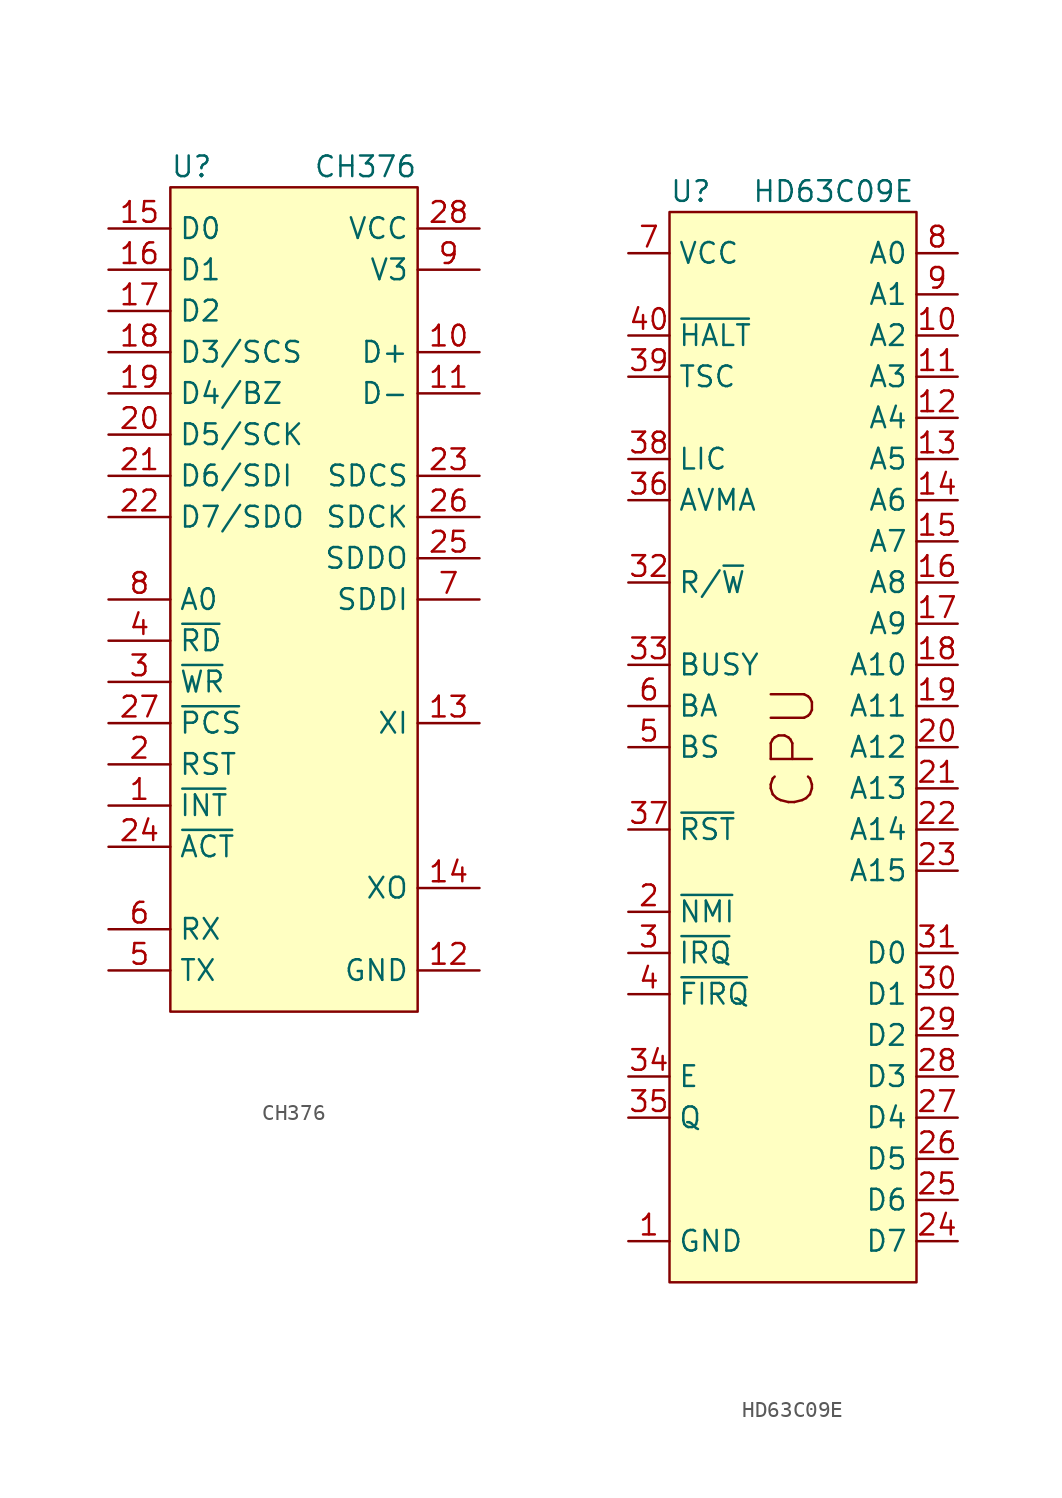
<source format=kicad_sym>
(kicad_symbol_lib
  (version 20220914)
  (generator kicad_symbol_editor)
  (symbol "CH376"
    (property "Reference" "U"
      (at -7.62 1.27 0)
      (effects (font (size 1.27 1.27)) (justify left)))
    (property "Value" "CH376"
      (at 7.62 1.27 0)
      (effects (font (size 1.27 1.27)) (justify right)))
    (symbol "CH376_0_1"
      (rectangle (start -7.62 0) (end 7.62 -50.8) (stroke (width 0) (type default)) (fill (type background))))
    (symbol "CH376_1_1"
      (pin output line (at -11.43 -38.1 0) (length 3.81) (name "~{INT}" (effects (font (size 1.27 1.27)))) (number "1" (effects (font (size 1.27 1.27)))))
      (pin bidirectional line (at 11.43 -10.16 180) (length 3.81) (name "D+" (effects (font (size 1.27 1.27)))) (number "10" (effects (font (size 1.27 1.27)))))
      (pin bidirectional line (at 11.43 -12.7 180) (length 3.81) (name "D-" (effects (font (size 1.27 1.27)))) (number "11" (effects (font (size 1.27 1.27)))))
      (pin power_in line (at 11.43 -48.26 180) (length 3.81) (name "GND" (effects (font (size 1.27 1.27)))) (number "12" (effects (font (size 1.27 1.27)))))
      (pin input line (at 11.43 -33.02 180) (length 3.81) (name "XI" (effects (font (size 1.27 1.27)))) (number "13" (effects (font (size 1.27 1.27)))))
      (pin output line (at 11.43 -43.18 180) (length 3.81) (name "XO" (effects (font (size 1.27 1.27)))) (number "14" (effects (font (size 1.27 1.27)))))
      (pin bidirectional line (at -11.43 -2.54 0) (length 3.81) (name "D0" (effects (font (size 1.27 1.27)))) (number "15" (effects (font (size 1.27 1.27)))))
      (pin bidirectional line (at -11.43 -5.08 0) (length 3.81) (name "D1" (effects (font (size 1.27 1.27)))) (number "16" (effects (font (size 1.27 1.27)))))
      (pin bidirectional line (at -11.43 -7.62 0) (length 3.81) (name "D2" (effects (font (size 1.27 1.27)))) (number "17" (effects (font (size 1.27 1.27)))))
      (pin bidirectional line (at -11.43 -10.16 0) (length 3.81) (name "D3/SCS" (effects (font (size 1.27 1.27)))) (number "18" (effects (font (size 1.27 1.27)))))
      (pin bidirectional line (at -11.43 -12.7 0) (length 3.81) (name "D4/BZ" (effects (font (size 1.27 1.27)))) (number "19" (effects (font (size 1.27 1.27)))))
      (pin output line (at -11.43 -35.56 0) (length 3.81) (name "RST" (effects (font (size 1.27 1.27)))) (number "2" (effects (font (size 1.27 1.27)))))
      (pin bidirectional line (at -11.43 -15.24 0) (length 3.81) (name "D5/SCK" (effects (font (size 1.27 1.27)))) (number "20" (effects (font (size 1.27 1.27)))))
      (pin bidirectional line (at -11.43 -17.78 0) (length 3.81) (name "D6/SDI" (effects (font (size 1.27 1.27)))) (number "21" (effects (font (size 1.27 1.27)))))
      (pin bidirectional line (at -11.43 -20.32 0) (length 3.81) (name "D7/SDO" (effects (font (size 1.27 1.27)))) (number "22" (effects (font (size 1.27 1.27)))))
      (pin output line (at 11.43 -17.78 180) (length 3.81) (name "SDCS" (effects (font (size 1.27 1.27)))) (number "23" (effects (font (size 1.27 1.27)))))
      (pin output line (at -11.43 -40.64 0) (length 3.81) (name "~{ACT}" (effects (font (size 1.27 1.27)))) (number "24" (effects (font (size 1.27 1.27)))))
      (pin output line (at 11.43 -22.86 180) (length 3.81) (name "SDDO" (effects (font (size 1.27 1.27)))) (number "25" (effects (font (size 1.27 1.27)))))
      (pin output line (at 11.43 -20.32 180) (length 3.81) (name "SDCK" (effects (font (size 1.27 1.27)))) (number "26" (effects (font (size 1.27 1.27)))))
      (pin input line (at -11.43 -33.02 0) (length 3.81) (name "~{PCS}" (effects (font (size 1.27 1.27)))) (number "27" (effects (font (size 1.27 1.27)))))
      (pin power_in line (at 11.43 -2.54 180) (length 3.81) (name "VCC" (effects (font (size 1.27 1.27)))) (number "28" (effects (font (size 1.27 1.27)))))
      (pin input line (at -11.43 -30.48 0) (length 3.81) (name "~{WR}" (effects (font (size 1.27 1.27)))) (number "3" (effects (font (size 1.27 1.27)))))
      (pin input line (at -11.43 -27.94 0) (length 3.81) (name "~{RD}" (effects (font (size 1.27 1.27)))) (number "4" (effects (font (size 1.27 1.27)))))
      (pin output line (at -11.43 -48.26 0) (length 3.81) (name "TX" (effects (font (size 1.27 1.27)))) (number "5" (effects (font (size 1.27 1.27)))))
      (pin input line (at -11.43 -45.72 0) (length 3.81) (name "RX" (effects (font (size 1.27 1.27)))) (number "6" (effects (font (size 1.27 1.27)))))
      (pin input line (at 11.43 -25.4 180) (length 3.81) (name "SDDI" (effects (font (size 1.27 1.27)))) (number "7" (effects (font (size 1.27 1.27)))))
      (pin input line (at -11.43 -25.4 0) (length 3.81) (name "A0" (effects (font (size 1.27 1.27)))) (number "8" (effects (font (size 1.27 1.27)))))
      (pin power_in line (at 11.43 -5.08 180) (length 3.81) (name "V3" (effects (font (size 1.27 1.27)))) (number "9" (effects (font (size 1.27 1.27)))))))
  (symbol "HD63C09E"
    (property "Reference" "U"
      (at -7.62 1.27 0)
      (effects (font (size 1.27 1.27)) (justify left)))
    (property "Value" "HD63C09E"
      (at -2.54 1.27 0)
      (effects (font (size 1.27 1.27)) (justify left)))
    (symbol "HD63C09E_0_0"
      (text "CPU" (at 0 -33.02 900) (effects (font (size 2.54 2.54)))))
    (symbol "HD63C09E_0_1"
      (rectangle (start -7.62 0) (end 7.62 -66.04) (stroke (width 0.152) (type default)) (fill (type background))))
    (symbol "HD63C09E_1_1"
      (pin power_in line (at -10.16 -63.5 0) (length 2.54) (name "GND" (effects (font (size 1.27 1.27)))) (number "1" (effects (font (size 1.27 1.27)))))
      (pin tri_state line (at 10.16 -7.62 180) (length 2.54) (name "A2" (effects (font (size 1.27 1.27)))) (number "10" (effects (font (size 1.27 1.27)))))
      (pin tri_state line (at 10.16 -10.16 180) (length 2.54) (name "A3" (effects (font (size 1.27 1.27)))) (number "11" (effects (font (size 1.27 1.27)))))
      (pin tri_state line (at 10.16 -12.7 180) (length 2.54) (name "A4" (effects (font (size 1.27 1.27)))) (number "12" (effects (font (size 1.27 1.27)))))
      (pin tri_state line (at 10.16 -15.24 180) (length 2.54) (name "A5" (effects (font (size 1.27 1.27)))) (number "13" (effects (font (size 1.27 1.27)))))
      (pin tri_state line (at 10.16 -17.78 180) (length 2.54) (name "A6" (effects (font (size 1.27 1.27)))) (number "14" (effects (font (size 1.27 1.27)))))
      (pin tri_state line (at 10.16 -20.32 180) (length 2.54) (name "A7" (effects (font (size 1.27 1.27)))) (number "15" (effects (font (size 1.27 1.27)))))
      (pin tri_state line (at 10.16 -22.86 180) (length 2.54) (name "A8" (effects (font (size 1.27 1.27)))) (number "16" (effects (font (size 1.27 1.27)))))
      (pin tri_state line (at 10.16 -25.4 180) (length 2.54) (name "A9" (effects (font (size 1.27 1.27)))) (number "17" (effects (font (size 1.27 1.27)))))
      (pin tri_state line (at 10.16 -27.94 180) (length 2.54) (name "A10" (effects (font (size 1.27 1.27)))) (number "18" (effects (font (size 1.27 1.27)))))
      (pin tri_state line (at 10.16 -30.48 180) (length 2.54) (name "A11" (effects (font (size 1.27 1.27)))) (number "19" (effects (font (size 1.27 1.27)))))
      (pin input line (at -10.16 -43.18 0) (length 2.54) (name "~{NMI}" (effects (font (size 1.27 1.27)))) (number "2" (effects (font (size 1.27 1.27)))))
      (pin tri_state line (at 10.16 -33.02 180) (length 2.54) (name "A12" (effects (font (size 1.27 1.27)))) (number "20" (effects (font (size 1.27 1.27)))))
      (pin tri_state line (at 10.16 -35.56 180) (length 2.54) (name "A13" (effects (font (size 1.27 1.27)))) (number "21" (effects (font (size 1.27 1.27)))))
      (pin tri_state line (at 10.16 -38.1 180) (length 2.54) (name "A14" (effects (font (size 1.27 1.27)))) (number "22" (effects (font (size 1.27 1.27)))))
      (pin tri_state line (at 10.16 -40.64 180) (length 2.54) (name "A15" (effects (font (size 1.27 1.27)))) (number "23" (effects (font (size 1.27 1.27)))))
      (pin tri_state line (at 10.16 -63.5 180) (length 2.54) (name "D7" (effects (font (size 1.27 1.27)))) (number "24" (effects (font (size 1.27 1.27)))))
      (pin tri_state line (at 10.16 -60.96 180) (length 2.54) (name "D6" (effects (font (size 1.27 1.27)))) (number "25" (effects (font (size 1.27 1.27)))))
      (pin tri_state line (at 10.16 -58.42 180) (length 2.54) (name "D5" (effects (font (size 1.27 1.27)))) (number "26" (effects (font (size 1.27 1.27)))))
      (pin tri_state line (at 10.16 -55.88 180) (length 2.54) (name "D4" (effects (font (size 1.27 1.27)))) (number "27" (effects (font (size 1.27 1.27)))))
      (pin tri_state line (at 10.16 -53.34 180) (length 2.54) (name "D3" (effects (font (size 1.27 1.27)))) (number "28" (effects (font (size 1.27 1.27)))))
      (pin tri_state line (at 10.16 -50.8 180) (length 2.54) (name "D2" (effects (font (size 1.27 1.27)))) (number "29" (effects (font (size 1.27 1.27)))))
      (pin input line (at -10.16 -45.72 0) (length 2.54) (name "~{IRQ}" (effects (font (size 1.27 1.27)))) (number "3" (effects (font (size 1.27 1.27)))))
      (pin tri_state line (at 10.16 -48.26 180) (length 2.54) (name "D1" (effects (font (size 1.27 1.27)))) (number "30" (effects (font (size 1.27 1.27)))))
      (pin tri_state line (at 10.16 -45.72 180) (length 2.54) (name "D0" (effects (font (size 1.27 1.27)))) (number "31" (effects (font (size 1.27 1.27)))))
      (pin tri_state line (at -10.16 -22.86 0) (length 2.54) (name "R/~{W}" (effects (font (size 1.27 1.27)))) (number "32" (effects (font (size 1.27 1.27)))))
      (pin output line (at -10.16 -27.94 0) (length 2.54) (name "BUSY" (effects (font (size 1.27 1.27)))) (number "33" (effects (font (size 1.27 1.27)))))
      (pin input line (at -10.16 -53.34 0) (length 2.54) (name "E" (effects (font (size 1.27 1.27)))) (number "34" (effects (font (size 1.27 1.27)))))
      (pin input line (at -10.16 -55.88 0) (length 2.54) (name "Q" (effects (font (size 1.27 1.27)))) (number "35" (effects (font (size 1.27 1.27)))))
      (pin output line (at -10.16 -17.78 0) (length 2.54) (name "AVMA" (effects (font (size 1.27 1.27)))) (number "36" (effects (font (size 1.27 1.27)))))
      (pin input line (at -10.16 -38.1 0) (length 2.54) (name "~{RST}" (effects (font (size 1.27 1.27)))) (number "37" (effects (font (size 1.27 1.27)))))
      (pin output line (at -10.16 -15.24 0) (length 2.54) (name "LIC" (effects (font (size 1.27 1.27)))) (number "38" (effects (font (size 1.27 1.27)))))
      (pin input line (at -10.16 -10.16 0) (length 2.54) (name "TSC" (effects (font (size 1.27 1.27)))) (number "39" (effects (font (size 1.27 1.27)))))
      (pin input line (at -10.16 -48.26 0) (length 2.54) (name "~{FIRQ}" (effects (font (size 1.27 1.27)))) (number "4" (effects (font (size 1.27 1.27)))))
      (pin input line (at -10.16 -7.62 0) (length 2.54) (name "~{HALT}" (effects (font (size 1.27 1.27)))) (number "40" (effects (font (size 1.27 1.27)))))
      (pin output line (at -10.16 -33.02 0) (length 2.54) (name "BS" (effects (font (size 1.27 1.27)))) (number "5" (effects (font (size 1.27 1.27)))))
      (pin output line (at -10.16 -30.48 0) (length 2.54) (name "BA" (effects (font (size 1.27 1.27)))) (number "6" (effects (font (size 1.27 1.27)))))
      (pin power_in line (at -10.16 -2.54 0) (length 2.54) (name "VCC" (effects (font (size 1.27 1.27)))) (number "7" (effects (font (size 1.27 1.27)))))
      (pin tri_state line (at 10.16 -2.54 180) (length 2.54) (name "A0" (effects (font (size 1.27 1.27)))) (number "8" (effects (font (size 1.27 1.27)))))
      (pin tri_state line (at 10.16 -5.08 180) (length 2.54) (name "A1" (effects (font (size 1.27 1.27)))) (number "9" (effects (font (size 1.27 1.27))))))))
</source>
